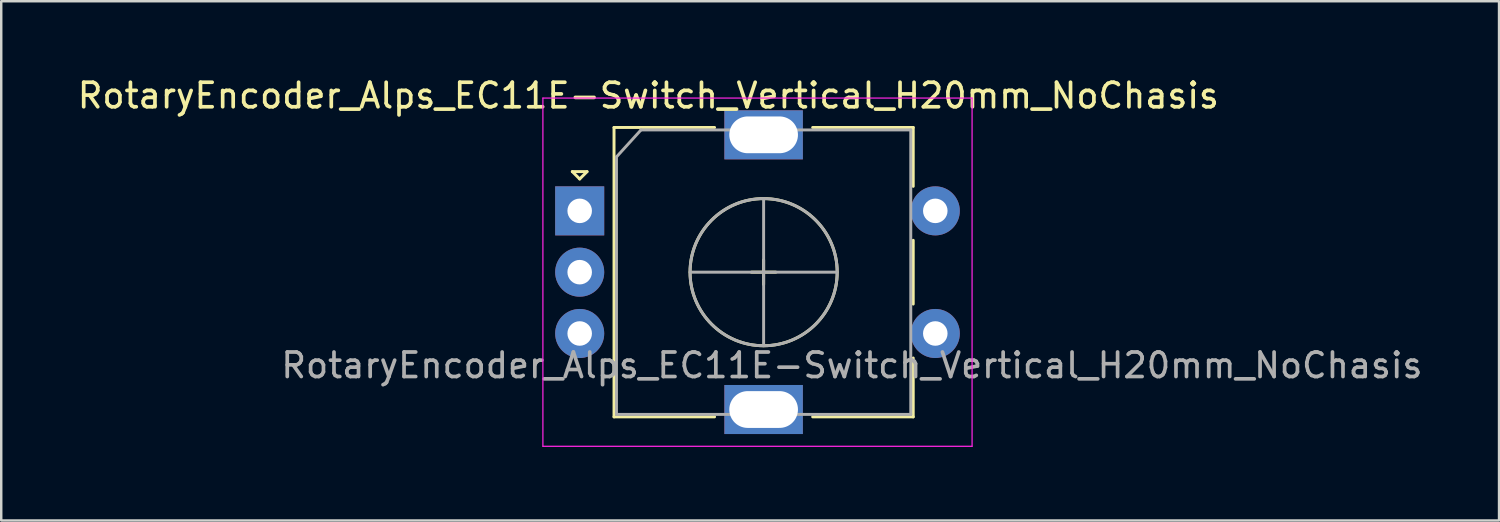
<source format=kicad_pcb>
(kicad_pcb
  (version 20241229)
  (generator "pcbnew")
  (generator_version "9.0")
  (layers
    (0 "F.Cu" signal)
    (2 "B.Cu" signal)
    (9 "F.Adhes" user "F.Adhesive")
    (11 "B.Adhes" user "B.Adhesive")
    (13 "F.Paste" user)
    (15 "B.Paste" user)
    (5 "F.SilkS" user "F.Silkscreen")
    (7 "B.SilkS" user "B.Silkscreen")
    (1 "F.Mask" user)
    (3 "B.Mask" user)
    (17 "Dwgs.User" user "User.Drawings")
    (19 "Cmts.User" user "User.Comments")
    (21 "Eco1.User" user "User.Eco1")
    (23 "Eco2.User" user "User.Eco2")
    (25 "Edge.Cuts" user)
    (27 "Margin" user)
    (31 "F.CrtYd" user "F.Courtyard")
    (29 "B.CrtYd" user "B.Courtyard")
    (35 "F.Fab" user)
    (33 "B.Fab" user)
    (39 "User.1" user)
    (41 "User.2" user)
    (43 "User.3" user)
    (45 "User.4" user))
  (footprint "RotaryEncoder_Alps_EC11E-Switch_Vertical_H20mm_NoChasis"
    (layer "F.Cu")
    (at 20.587 5.548)
    (property "Reference" "RotaryEncoder_Alps_EC11E-Switch_Vertical_H20mm_NoChasis" (at 2.8 -4.7 0) (layer "F.SilkS") (effects (font (size 1 1) (thickness 0.15))))
    (attr through_hole)
    (fp_line (start -0.3 -1.6) (end 0.3 -1.6) (stroke (width 0.12) (type solid)) (layer "F.SilkS"))
    (fp_line (start 0 -1.3) (end -0.3 -1.6) (stroke (width 0.12) (type solid)) (layer "F.SilkS"))
    (fp_line (start 0.3 -1.6) (end 0 -1.3) (stroke (width 0.12) (type solid)) (layer "F.SilkS"))
    (fp_line (start 1.4 -3.4) (end 1.4 8.4) (stroke (width 0.12) (type solid)) (layer "F.SilkS"))
    (fp_line (start 5.5 -3.4) (end 1.4 -3.4) (stroke (width 0.12) (type solid)) (layer "F.SilkS"))
    (fp_line (start 5.5 8.4) (end 1.4 8.4) (stroke (width 0.12) (type solid)) (layer "F.SilkS"))
    (fp_line (start 7 2.5) (end 8 2.5) (stroke (width 0.12) (type solid)) (layer "F.SilkS"))
    (fp_line (start 7.5 2) (end 7.5 3) (stroke (width 0.12) (type solid)) (layer "F.SilkS"))
    (fp_line (start 9.5 -3.4) (end 13.6 -3.4) (stroke (width 0.12) (type solid)) (layer "F.SilkS"))
    (fp_line (start 13.6 -3.4) (end 13.6 -1) (stroke (width 0.12) (type solid)) (layer "F.SilkS"))
    (fp_line (start 13.6 1.2) (end 13.6 3.8) (stroke (width 0.12) (type solid)) (layer "F.SilkS"))
    (fp_line (start 13.6 6) (end 13.6 8.4) (stroke (width 0.12) (type solid)) (layer "F.SilkS"))
    (fp_line (start 13.6 8.4) (end 9.5 8.4) (stroke (width 0.12) (type solid)) (layer "F.SilkS"))
    (fp_circle (center 7.5 2.5) (end 10.5 2.5) (stroke (width 0.12) (type solid)) (fill no) (layer "F.SilkS"))
    (fp_line (start -1.5 -4.6) (end -1.5 9.6) (stroke (width 0.05) (type solid)) (layer "F.CrtYd"))
    (fp_line (start -1.5 -4.6) (end 16 -4.6) (stroke (width 0.05) (type solid)) (layer "F.CrtYd"))
    (fp_line (start 16 9.6) (end -1.5 9.6) (stroke (width 0.05) (type solid)) (layer "F.CrtYd"))
    (fp_line (start 16 9.6) (end 16 -4.6) (stroke (width 0.05) (type solid)) (layer "F.CrtYd"))
    (fp_line (start 1.5 -2.2) (end 2.5 -3.3) (stroke (width 0.12) (type solid)) (layer "F.Fab"))
    (fp_line (start 1.5 8.3) (end 1.5 -2.2) (stroke (width 0.12) (type solid)) (layer "F.Fab"))
    (fp_line (start 2.5 -3.3) (end 13.5 -3.3) (stroke (width 0.12) (type solid)) (layer "F.Fab"))
    (fp_line (start 4.5 2.5) (end 10.5 2.5) (stroke (width 0.12) (type solid)) (layer "F.Fab"))
    (fp_line (start 7.5 -0.5) (end 7.5 5.5) (stroke (width 0.12) (type solid)) (layer "F.Fab"))
    (fp_line (start 13.5 -3.3) (end 13.5 8.3) (stroke (width 0.12) (type solid)) (layer "F.Fab"))
    (fp_line (start 13.5 8.3) (end 1.5 8.3) (stroke (width 0.12) (type solid)) (layer "F.Fab"))
    (fp_circle (center 7.5 2.5) (end 10.5 2.5) (stroke (width 0.12) (type solid)) (fill no) (layer "F.Fab"))
    (fp_text user "${REFERENCE}" (at 11.1 6.3 0) (layer "F.Fab") (effects (font (size 1 1) (thickness 0.15))))
    (pad "" thru_hole rect (at 7.5 -3.1) (size 3.2 2) (drill oval 2.8 1.5) (layers "*.Cu" "*.Mask"))
    (pad "" thru_hole rect (at 7.5 8.1) (size 3.2 2) (drill oval 2.8 1.5) (layers "*.Cu" "*.Mask"))
    (pad "A" thru_hole rect (at 0 0) (size 2 2) (drill 1) (layers "*.Cu" "*.Mask"))
    (pad "B" thru_hole circle (at 0 5) (size 2 2) (drill 1) (layers "*.Cu" "*.Mask"))
    (pad "C" thru_hole circle (at 0 2.5) (size 2 2) (drill 1) (layers "*.Cu" "*.Mask"))
    (pad "S1" thru_hole circle (at 14.5 5) (size 2 2) (drill 1) (layers "*.Cu" "*.Mask"))
    (pad "S2" thru_hole circle (at 14.5 0) (size 2 2) (drill 1) (layers "*.Cu" "*.Mask")))
  (gr_rect
    (start -3 -3)
    (end 58.074 18.173)
    (stroke (width 0.1) (type default))
    (fill no)
    (layer "Edge.Cuts")))
</source>
